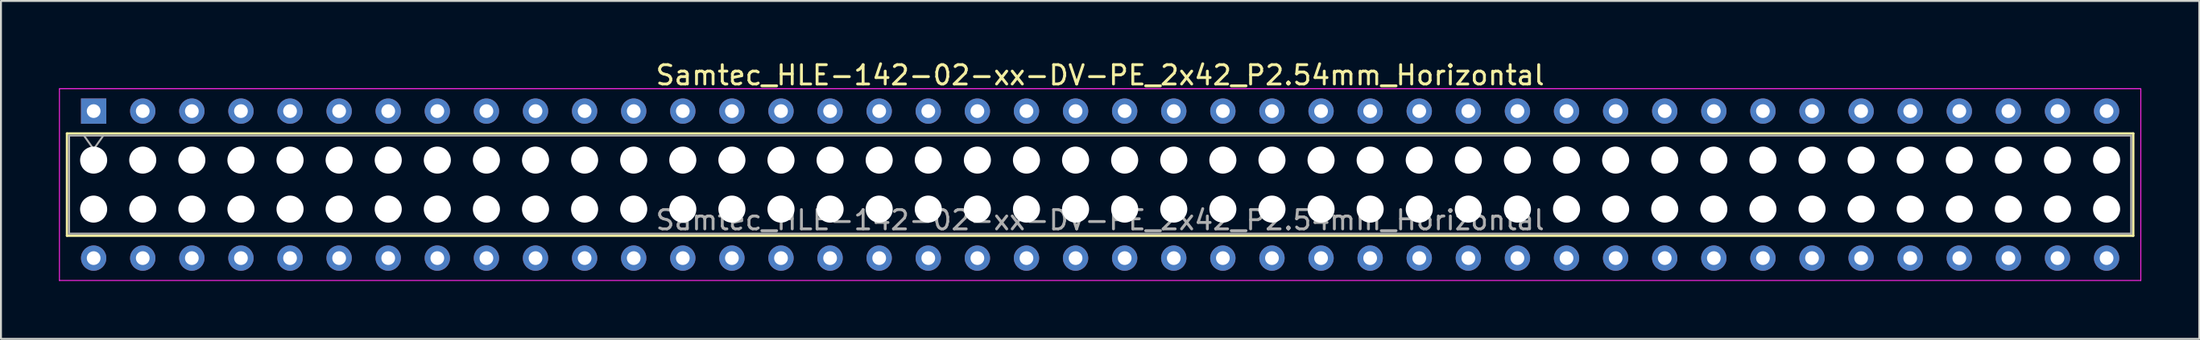
<source format=kicad_pcb>
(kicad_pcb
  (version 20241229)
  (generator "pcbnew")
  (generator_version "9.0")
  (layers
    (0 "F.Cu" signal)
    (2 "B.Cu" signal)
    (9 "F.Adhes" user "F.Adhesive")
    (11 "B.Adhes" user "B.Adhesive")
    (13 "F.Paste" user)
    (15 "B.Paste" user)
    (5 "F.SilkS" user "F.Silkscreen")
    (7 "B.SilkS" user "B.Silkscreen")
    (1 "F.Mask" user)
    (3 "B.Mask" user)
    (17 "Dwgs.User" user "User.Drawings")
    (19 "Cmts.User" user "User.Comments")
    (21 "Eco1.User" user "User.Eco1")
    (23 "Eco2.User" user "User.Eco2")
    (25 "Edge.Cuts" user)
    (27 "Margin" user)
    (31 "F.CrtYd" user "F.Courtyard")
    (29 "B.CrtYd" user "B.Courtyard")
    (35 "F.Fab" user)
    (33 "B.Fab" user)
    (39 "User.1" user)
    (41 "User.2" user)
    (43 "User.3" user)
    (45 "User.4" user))
  (footprint "Samtec_HLE-142-02-xx-DV-PE_2x42_P2.54mm_Horizontal"
    (layer "F.Cu")
    (at 1.795 2.708)
    (property "Reference" "Samtec_HLE-142-02-xx-DV-PE_2x42_P2.54mm_Horizontal" (at 52.07 -1.86 0) (layer "F.SilkS") (effects (font (size 1 1) (thickness 0.15))))
    (attr through_hole)
    (fp_line (start -1.38 1.16) (end 105.52 1.16) (stroke (width 0.12) (type solid)) (layer "F.SilkS"))
    (fp_line (start -1.38 6.46) (end -1.38 1.16) (stroke (width 0.12) (type solid)) (layer "F.SilkS"))
    (fp_line (start 105.52 1.16) (end 105.52 6.46) (stroke (width 0.12) (type solid)) (layer "F.SilkS"))
    (fp_line (start 105.52 6.46) (end -1.38 6.46) (stroke (width 0.12) (type solid)) (layer "F.SilkS"))
    (fp_line (start -1.77 -1.16) (end 105.91 -1.16) (stroke (width 0.05) (type solid)) (layer "F.CrtYd"))
    (fp_line (start -1.77 8.78) (end -1.77 -1.16) (stroke (width 0.05) (type solid)) (layer "F.CrtYd"))
    (fp_line (start 105.91 -1.16) (end 105.91 8.78) (stroke (width 0.05) (type solid)) (layer "F.CrtYd"))
    (fp_line (start 105.91 8.78) (end -1.77 8.78) (stroke (width 0.05) (type solid)) (layer "F.CrtYd"))
    (fp_line (start -1.27 1.27) (end 105.41 1.27) (stroke (width 0.1) (type solid)) (layer "F.Fab"))
    (fp_line (start -1.27 6.35) (end -1.27 1.27) (stroke (width 0.1) (type solid)) (layer "F.Fab"))
    (fp_line (start -0.5 1.27) (end 0 1.977) (stroke (width 0.1) (type solid)) (layer "F.Fab"))
    (fp_line (start 0 1.977) (end 0.5 1.27) (stroke (width 0.1) (type solid)) (layer "F.Fab"))
    (fp_line (start 105.41 1.27) (end 105.41 6.35) (stroke (width 0.1) (type solid)) (layer "F.Fab"))
    (fp_line (start 105.41 6.35) (end -1.27 6.35) (stroke (width 0.1) (type solid)) (layer "F.Fab"))
    (fp_text user "${REFERENCE}" (at 52.07 5.65 0) (layer "F.Fab") (effects (font (size 1 1) (thickness 0.15))))
    (pad "" np_thru_hole circle (at 0 2.54) (size 1.4 1.4) (drill 1.4) (layers "*.Cu" "*.Mask"))
    (pad "" np_thru_hole circle (at 0 5.08) (size 1.4 1.4) (drill 1.4) (layers "*.Cu" "*.Mask"))
    (pad "" np_thru_hole circle (at 2.54 2.54) (size 1.4 1.4) (drill 1.4) (layers "*.Cu" "*.Mask"))
    (pad "" np_thru_hole circle (at 2.54 5.08) (size 1.4 1.4) (drill 1.4) (layers "*.Cu" "*.Mask"))
    (pad "" np_thru_hole circle (at 5.08 2.54) (size 1.4 1.4) (drill 1.4) (layers "*.Cu" "*.Mask"))
    (pad "" np_thru_hole circle (at 5.08 5.08) (size 1.4 1.4) (drill 1.4) (layers "*.Cu" "*.Mask"))
    (pad "" np_thru_hole circle (at 7.62 2.54) (size 1.4 1.4) (drill 1.4) (layers "*.Cu" "*.Mask"))
    (pad "" np_thru_hole circle (at 7.62 5.08) (size 1.4 1.4) (drill 1.4) (layers "*.Cu" "*.Mask"))
    (pad "" np_thru_hole circle (at 10.16 2.54) (size 1.4 1.4) (drill 1.4) (layers "*.Cu" "*.Mask"))
    (pad "" np_thru_hole circle (at 10.16 5.08) (size 1.4 1.4) (drill 1.4) (layers "*.Cu" "*.Mask"))
    (pad "" np_thru_hole circle (at 12.7 2.54) (size 1.4 1.4) (drill 1.4) (layers "*.Cu" "*.Mask"))
    (pad "" np_thru_hole circle (at 12.7 5.08) (size 1.4 1.4) (drill 1.4) (layers "*.Cu" "*.Mask"))
    (pad "" np_thru_hole circle (at 15.24 2.54) (size 1.4 1.4) (drill 1.4) (layers "*.Cu" "*.Mask"))
    (pad "" np_thru_hole circle (at 15.24 5.08) (size 1.4 1.4) (drill 1.4) (layers "*.Cu" "*.Mask"))
    (pad "" np_thru_hole circle (at 17.78 2.54) (size 1.4 1.4) (drill 1.4) (layers "*.Cu" "*.Mask"))
    (pad "" np_thru_hole circle (at 17.78 5.08) (size 1.4 1.4) (drill 1.4) (layers "*.Cu" "*.Mask"))
    (pad "" np_thru_hole circle (at 20.32 2.54) (size 1.4 1.4) (drill 1.4) (layers "*.Cu" "*.Mask"))
    (pad "" np_thru_hole circle (at 20.32 5.08) (size 1.4 1.4) (drill 1.4) (layers "*.Cu" "*.Mask"))
    (pad "" np_thru_hole circle (at 22.86 2.54) (size 1.4 1.4) (drill 1.4) (layers "*.Cu" "*.Mask"))
    (pad "" np_thru_hole circle (at 22.86 5.08) (size 1.4 1.4) (drill 1.4) (layers "*.Cu" "*.Mask"))
    (pad "" np_thru_hole circle (at 25.4 2.54) (size 1.4 1.4) (drill 1.4) (layers "*.Cu" "*.Mask"))
    (pad "" np_thru_hole circle (at 25.4 5.08) (size 1.4 1.4) (drill 1.4) (layers "*.Cu" "*.Mask"))
    (pad "" np_thru_hole circle (at 27.94 2.54) (size 1.4 1.4) (drill 1.4) (layers "*.Cu" "*.Mask"))
    (pad "" np_thru_hole circle (at 27.94 5.08) (size 1.4 1.4) (drill 1.4) (layers "*.Cu" "*.Mask"))
    (pad "" np_thru_hole circle (at 30.48 2.54) (size 1.4 1.4) (drill 1.4) (layers "*.Cu" "*.Mask"))
    (pad "" np_thru_hole circle (at 30.48 5.08) (size 1.4 1.4) (drill 1.4) (layers "*.Cu" "*.Mask"))
    (pad "" np_thru_hole circle (at 33.02 2.54) (size 1.4 1.4) (drill 1.4) (layers "*.Cu" "*.Mask"))
    (pad "" np_thru_hole circle (at 33.02 5.08) (size 1.4 1.4) (drill 1.4) (layers "*.Cu" "*.Mask"))
    (pad "" np_thru_hole circle (at 35.56 2.54) (size 1.4 1.4) (drill 1.4) (layers "*.Cu" "*.Mask"))
    (pad "" np_thru_hole circle (at 35.56 5.08) (size 1.4 1.4) (drill 1.4) (layers "*.Cu" "*.Mask"))
    (pad "" np_thru_hole circle (at 38.1 2.54) (size 1.4 1.4) (drill 1.4) (layers "*.Cu" "*.Mask"))
    (pad "" np_thru_hole circle (at 38.1 5.08) (size 1.4 1.4) (drill 1.4) (layers "*.Cu" "*.Mask"))
    (pad "" np_thru_hole circle (at 40.64 2.54) (size 1.4 1.4) (drill 1.4) (layers "*.Cu" "*.Mask"))
    (pad "" np_thru_hole circle (at 40.64 5.08) (size 1.4 1.4) (drill 1.4) (layers "*.Cu" "*.Mask"))
    (pad "" np_thru_hole circle (at 43.18 2.54) (size 1.4 1.4) (drill 1.4) (layers "*.Cu" "*.Mask"))
    (pad "" np_thru_hole circle (at 43.18 5.08) (size 1.4 1.4) (drill 1.4) (layers "*.Cu" "*.Mask"))
    (pad "" np_thru_hole circle (at 45.72 2.54) (size 1.4 1.4) (drill 1.4) (layers "*.Cu" "*.Mask"))
    (pad "" np_thru_hole circle (at 45.72 5.08) (size 1.4 1.4) (drill 1.4) (layers "*.Cu" "*.Mask"))
    (pad "" np_thru_hole circle (at 48.26 2.54) (size 1.4 1.4) (drill 1.4) (layers "*.Cu" "*.Mask"))
    (pad "" np_thru_hole circle (at 48.26 5.08) (size 1.4 1.4) (drill 1.4) (layers "*.Cu" "*.Mask"))
    (pad "" np_thru_hole circle (at 50.8 2.54) (size 1.4 1.4) (drill 1.4) (layers "*.Cu" "*.Mask"))
    (pad "" np_thru_hole circle (at 50.8 5.08) (size 1.4 1.4) (drill 1.4) (layers "*.Cu" "*.Mask"))
    (pad "" np_thru_hole circle (at 53.34 2.54) (size 1.4 1.4) (drill 1.4) (layers "*.Cu" "*.Mask"))
    (pad "" np_thru_hole circle (at 53.34 5.08) (size 1.4 1.4) (drill 1.4) (layers "*.Cu" "*.Mask"))
    (pad "" np_thru_hole circle (at 55.88 2.54) (size 1.4 1.4) (drill 1.4) (layers "*.Cu" "*.Mask"))
    (pad "" np_thru_hole circle (at 55.88 5.08) (size 1.4 1.4) (drill 1.4) (layers "*.Cu" "*.Mask"))
    (pad "" np_thru_hole circle (at 58.42 2.54) (size 1.4 1.4) (drill 1.4) (layers "*.Cu" "*.Mask"))
    (pad "" np_thru_hole circle (at 58.42 5.08) (size 1.4 1.4) (drill 1.4) (layers "*.Cu" "*.Mask"))
    (pad "" np_thru_hole circle (at 60.96 2.54) (size 1.4 1.4) (drill 1.4) (layers "*.Cu" "*.Mask"))
    (pad "" np_thru_hole circle (at 60.96 5.08) (size 1.4 1.4) (drill 1.4) (layers "*.Cu" "*.Mask"))
    (pad "" np_thru_hole circle (at 63.5 2.54) (size 1.4 1.4) (drill 1.4) (layers "*.Cu" "*.Mask"))
    (pad "" np_thru_hole circle (at 63.5 5.08) (size 1.4 1.4) (drill 1.4) (layers "*.Cu" "*.Mask"))
    (pad "" np_thru_hole circle (at 66.04 2.54) (size 1.4 1.4) (drill 1.4) (layers "*.Cu" "*.Mask"))
    (pad "" np_thru_hole circle (at 66.04 5.08) (size 1.4 1.4) (drill 1.4) (layers "*.Cu" "*.Mask"))
    (pad "" np_thru_hole circle (at 68.58 2.54) (size 1.4 1.4) (drill 1.4) (layers "*.Cu" "*.Mask"))
    (pad "" np_thru_hole circle (at 68.58 5.08) (size 1.4 1.4) (drill 1.4) (layers "*.Cu" "*.Mask"))
    (pad "" np_thru_hole circle (at 71.12 2.54) (size 1.4 1.4) (drill 1.4) (layers "*.Cu" "*.Mask"))
    (pad "" np_thru_hole circle (at 71.12 5.08) (size 1.4 1.4) (drill 1.4) (layers "*.Cu" "*.Mask"))
    (pad "" np_thru_hole circle (at 73.66 2.54) (size 1.4 1.4) (drill 1.4) (layers "*.Cu" "*.Mask"))
    (pad "" np_thru_hole circle (at 73.66 5.08) (size 1.4 1.4) (drill 1.4) (layers "*.Cu" "*.Mask"))
    (pad "" np_thru_hole circle (at 76.2 2.54) (size 1.4 1.4) (drill 1.4) (layers "*.Cu" "*.Mask"))
    (pad "" np_thru_hole circle (at 76.2 5.08) (size 1.4 1.4) (drill 1.4) (layers "*.Cu" "*.Mask"))
    (pad "" np_thru_hole circle (at 78.74 2.54) (size 1.4 1.4) (drill 1.4) (layers "*.Cu" "*.Mask"))
    (pad "" np_thru_hole circle (at 78.74 5.08) (size 1.4 1.4) (drill 1.4) (layers "*.Cu" "*.Mask"))
    (pad "" np_thru_hole circle (at 81.28 2.54) (size 1.4 1.4) (drill 1.4) (layers "*.Cu" "*.Mask"))
    (pad "" np_thru_hole circle (at 81.28 5.08) (size 1.4 1.4) (drill 1.4) (layers "*.Cu" "*.Mask"))
    (pad "" np_thru_hole circle (at 83.82 2.54) (size 1.4 1.4) (drill 1.4) (layers "*.Cu" "*.Mask"))
    (pad "" np_thru_hole circle (at 83.82 5.08) (size 1.4 1.4) (drill 1.4) (layers "*.Cu" "*.Mask"))
    (pad "" np_thru_hole circle (at 86.36 2.54) (size 1.4 1.4) (drill 1.4) (layers "*.Cu" "*.Mask"))
    (pad "" np_thru_hole circle (at 86.36 5.08) (size 1.4 1.4) (drill 1.4) (layers "*.Cu" "*.Mask"))
    (pad "" np_thru_hole circle (at 88.9 2.54) (size 1.4 1.4) (drill 1.4) (layers "*.Cu" "*.Mask"))
    (pad "" np_thru_hole circle (at 88.9 5.08) (size 1.4 1.4) (drill 1.4) (layers "*.Cu" "*.Mask"))
    (pad "" np_thru_hole circle (at 91.44 2.54) (size 1.4 1.4) (drill 1.4) (layers "*.Cu" "*.Mask"))
    (pad "" np_thru_hole circle (at 91.44 5.08) (size 1.4 1.4) (drill 1.4) (layers "*.Cu" "*.Mask"))
    (pad "" np_thru_hole circle (at 93.98 2.54) (size 1.4 1.4) (drill 1.4) (layers "*.Cu" "*.Mask"))
    (pad "" np_thru_hole circle (at 93.98 5.08) (size 1.4 1.4) (drill 1.4) (layers "*.Cu" "*.Mask"))
    (pad "" np_thru_hole circle (at 96.52 2.54) (size 1.4 1.4) (drill 1.4) (layers "*.Cu" "*.Mask"))
    (pad "" np_thru_hole circle (at 96.52 5.08) (size 1.4 1.4) (drill 1.4) (layers "*.Cu" "*.Mask"))
    (pad "" np_thru_hole circle (at 99.06 2.54) (size 1.4 1.4) (drill 1.4) (layers "*.Cu" "*.Mask"))
    (pad "" np_thru_hole circle (at 99.06 5.08) (size 1.4 1.4) (drill 1.4) (layers "*.Cu" "*.Mask"))
    (pad "" np_thru_hole circle (at 101.6 2.54) (size 1.4 1.4) (drill 1.4) (layers "*.Cu" "*.Mask"))
    (pad "" np_thru_hole circle (at 101.6 5.08) (size 1.4 1.4) (drill 1.4) (layers "*.Cu" "*.Mask"))
    (pad "" np_thru_hole circle (at 104.14 2.54) (size 1.4 1.4) (drill 1.4) (layers "*.Cu" "*.Mask"))
    (pad "" np_thru_hole circle (at 104.14 5.08) (size 1.4 1.4) (drill 1.4) (layers "*.Cu" "*.Mask"))
    (pad "1" thru_hole rect (at 0 0) (size 1.31 1.31) (drill 0.71) (layers "*.Cu" "*.Mask"))
    (pad "2" thru_hole circle (at 0 7.62) (size 1.31 1.31) (drill 0.71) (layers "*.Cu" "*.Mask"))
    (pad "3" thru_hole circle (at 2.54 0) (size 1.31 1.31) (drill 0.71) (layers "*.Cu" "*.Mask"))
    (pad "4" thru_hole circle (at 2.54 7.62) (size 1.31 1.31) (drill 0.71) (layers "*.Cu" "*.Mask"))
    (pad "5" thru_hole circle (at 5.08 0) (size 1.31 1.31) (drill 0.71) (layers "*.Cu" "*.Mask"))
    (pad "6" thru_hole circle (at 5.08 7.62) (size 1.31 1.31) (drill 0.71) (layers "*.Cu" "*.Mask"))
    (pad "7" thru_hole circle (at 7.62 0) (size 1.31 1.31) (drill 0.71) (layers "*.Cu" "*.Mask"))
    (pad "8" thru_hole circle (at 7.62 7.62) (size 1.31 1.31) (drill 0.71) (layers "*.Cu" "*.Mask"))
    (pad "9" thru_hole circle (at 10.16 0) (size 1.31 1.31) (drill 0.71) (layers "*.Cu" "*.Mask"))
    (pad "10" thru_hole circle (at 10.16 7.62) (size 1.31 1.31) (drill 0.71) (layers "*.Cu" "*.Mask"))
    (pad "11" thru_hole circle (at 12.7 0) (size 1.31 1.31) (drill 0.71) (layers "*.Cu" "*.Mask"))
    (pad "12" thru_hole circle (at 12.7 7.62) (size 1.31 1.31) (drill 0.71) (layers "*.Cu" "*.Mask"))
    (pad "13" thru_hole circle (at 15.24 0) (size 1.31 1.31) (drill 0.71) (layers "*.Cu" "*.Mask"))
    (pad "14" thru_hole circle (at 15.24 7.62) (size 1.31 1.31) (drill 0.71) (layers "*.Cu" "*.Mask"))
    (pad "15" thru_hole circle (at 17.78 0) (size 1.31 1.31) (drill 0.71) (layers "*.Cu" "*.Mask"))
    (pad "16" thru_hole circle (at 17.78 7.62) (size 1.31 1.31) (drill 0.71) (layers "*.Cu" "*.Mask"))
    (pad "17" thru_hole circle (at 20.32 0) (size 1.31 1.31) (drill 0.71) (layers "*.Cu" "*.Mask"))
    (pad "18" thru_hole circle (at 20.32 7.62) (size 1.31 1.31) (drill 0.71) (layers "*.Cu" "*.Mask"))
    (pad "19" thru_hole circle (at 22.86 0) (size 1.31 1.31) (drill 0.71) (layers "*.Cu" "*.Mask"))
    (pad "20" thru_hole circle (at 22.86 7.62) (size 1.31 1.31) (drill 0.71) (layers "*.Cu" "*.Mask"))
    (pad "21" thru_hole circle (at 25.4 0) (size 1.31 1.31) (drill 0.71) (layers "*.Cu" "*.Mask"))
    (pad "22" thru_hole circle (at 25.4 7.62) (size 1.31 1.31) (drill 0.71) (layers "*.Cu" "*.Mask"))
    (pad "23" thru_hole circle (at 27.94 0) (size 1.31 1.31) (drill 0.71) (layers "*.Cu" "*.Mask"))
    (pad "24" thru_hole circle (at 27.94 7.62) (size 1.31 1.31) (drill 0.71) (layers "*.Cu" "*.Mask"))
    (pad "25" thru_hole circle (at 30.48 0) (size 1.31 1.31) (drill 0.71) (layers "*.Cu" "*.Mask"))
    (pad "26" thru_hole circle (at 30.48 7.62) (size 1.31 1.31) (drill 0.71) (layers "*.Cu" "*.Mask"))
    (pad "27" thru_hole circle (at 33.02 0) (size 1.31 1.31) (drill 0.71) (layers "*.Cu" "*.Mask"))
    (pad "28" thru_hole circle (at 33.02 7.62) (size 1.31 1.31) (drill 0.71) (layers "*.Cu" "*.Mask"))
    (pad "29" thru_hole circle (at 35.56 0) (size 1.31 1.31) (drill 0.71) (layers "*.Cu" "*.Mask"))
    (pad "30" thru_hole circle (at 35.56 7.62) (size 1.31 1.31) (drill 0.71) (layers "*.Cu" "*.Mask"))
    (pad "31" thru_hole circle (at 38.1 0) (size 1.31 1.31) (drill 0.71) (layers "*.Cu" "*.Mask"))
    (pad "32" thru_hole circle (at 38.1 7.62) (size 1.31 1.31) (drill 0.71) (layers "*.Cu" "*.Mask"))
    (pad "33" thru_hole circle (at 40.64 0) (size 1.31 1.31) (drill 0.71) (layers "*.Cu" "*.Mask"))
    (pad "34" thru_hole circle (at 40.64 7.62) (size 1.31 1.31) (drill 0.71) (layers "*.Cu" "*.Mask"))
    (pad "35" thru_hole circle (at 43.18 0) (size 1.31 1.31) (drill 0.71) (layers "*.Cu" "*.Mask"))
    (pad "36" thru_hole circle (at 43.18 7.62) (size 1.31 1.31) (drill 0.71) (layers "*.Cu" "*.Mask"))
    (pad "37" thru_hole circle (at 45.72 0) (size 1.31 1.31) (drill 0.71) (layers "*.Cu" "*.Mask"))
    (pad "38" thru_hole circle (at 45.72 7.62) (size 1.31 1.31) (drill 0.71) (layers "*.Cu" "*.Mask"))
    (pad "39" thru_hole circle (at 48.26 0) (size 1.31 1.31) (drill 0.71) (layers "*.Cu" "*.Mask"))
    (pad "40" thru_hole circle (at 48.26 7.62) (size 1.31 1.31) (drill 0.71) (layers "*.Cu" "*.Mask"))
    (pad "41" thru_hole circle (at 50.8 0) (size 1.31 1.31) (drill 0.71) (layers "*.Cu" "*.Mask"))
    (pad "42" thru_hole circle (at 50.8 7.62) (size 1.31 1.31) (drill 0.71) (layers "*.Cu" "*.Mask"))
    (pad "43" thru_hole circle (at 53.34 0) (size 1.31 1.31) (drill 0.71) (layers "*.Cu" "*.Mask"))
    (pad "44" thru_hole circle (at 53.34 7.62) (size 1.31 1.31) (drill 0.71) (layers "*.Cu" "*.Mask"))
    (pad "45" thru_hole circle (at 55.88 0) (size 1.31 1.31) (drill 0.71) (layers "*.Cu" "*.Mask"))
    (pad "46" thru_hole circle (at 55.88 7.62) (size 1.31 1.31) (drill 0.71) (layers "*.Cu" "*.Mask"))
    (pad "47" thru_hole circle (at 58.42 0) (size 1.31 1.31) (drill 0.71) (layers "*.Cu" "*.Mask"))
    (pad "48" thru_hole circle (at 58.42 7.62) (size 1.31 1.31) (drill 0.71) (layers "*.Cu" "*.Mask"))
    (pad "49" thru_hole circle (at 60.96 0) (size 1.31 1.31) (drill 0.71) (layers "*.Cu" "*.Mask"))
    (pad "50" thru_hole circle (at 60.96 7.62) (size 1.31 1.31) (drill 0.71) (layers "*.Cu" "*.Mask"))
    (pad "51" thru_hole circle (at 63.5 0) (size 1.31 1.31) (drill 0.71) (layers "*.Cu" "*.Mask"))
    (pad "52" thru_hole circle (at 63.5 7.62) (size 1.31 1.31) (drill 0.71) (layers "*.Cu" "*.Mask"))
    (pad "53" thru_hole circle (at 66.04 0) (size 1.31 1.31) (drill 0.71) (layers "*.Cu" "*.Mask"))
    (pad "54" thru_hole circle (at 66.04 7.62) (size 1.31 1.31) (drill 0.71) (layers "*.Cu" "*.Mask"))
    (pad "55" thru_hole circle (at 68.58 0) (size 1.31 1.31) (drill 0.71) (layers "*.Cu" "*.Mask"))
    (pad "56" thru_hole circle (at 68.58 7.62) (size 1.31 1.31) (drill 0.71) (layers "*.Cu" "*.Mask"))
    (pad "57" thru_hole circle (at 71.12 0) (size 1.31 1.31) (drill 0.71) (layers "*.Cu" "*.Mask"))
    (pad "58" thru_hole circle (at 71.12 7.62) (size 1.31 1.31) (drill 0.71) (layers "*.Cu" "*.Mask"))
    (pad "59" thru_hole circle (at 73.66 0) (size 1.31 1.31) (drill 0.71) (layers "*.Cu" "*.Mask"))
    (pad "60" thru_hole circle (at 73.66 7.62) (size 1.31 1.31) (drill 0.71) (layers "*.Cu" "*.Mask"))
    (pad "61" thru_hole circle (at 76.2 0) (size 1.31 1.31) (drill 0.71) (layers "*.Cu" "*.Mask"))
    (pad "62" thru_hole circle (at 76.2 7.62) (size 1.31 1.31) (drill 0.71) (layers "*.Cu" "*.Mask"))
    (pad "63" thru_hole circle (at 78.74 0) (size 1.31 1.31) (drill 0.71) (layers "*.Cu" "*.Mask"))
    (pad "64" thru_hole circle (at 78.74 7.62) (size 1.31 1.31) (drill 0.71) (layers "*.Cu" "*.Mask"))
    (pad "65" thru_hole circle (at 81.28 0) (size 1.31 1.31) (drill 0.71) (layers "*.Cu" "*.Mask"))
    (pad "66" thru_hole circle (at 81.28 7.62) (size 1.31 1.31) (drill 0.71) (layers "*.Cu" "*.Mask"))
    (pad "67" thru_hole circle (at 83.82 0) (size 1.31 1.31) (drill 0.71) (layers "*.Cu" "*.Mask"))
    (pad "68" thru_hole circle (at 83.82 7.62) (size 1.31 1.31) (drill 0.71) (layers "*.Cu" "*.Mask"))
    (pad "69" thru_hole circle (at 86.36 0) (size 1.31 1.31) (drill 0.71) (layers "*.Cu" "*.Mask"))
    (pad "70" thru_hole circle (at 86.36 7.62) (size 1.31 1.31) (drill 0.71) (layers "*.Cu" "*.Mask"))
    (pad "71" thru_hole circle (at 88.9 0) (size 1.31 1.31) (drill 0.71) (layers "*.Cu" "*.Mask"))
    (pad "72" thru_hole circle (at 88.9 7.62) (size 1.31 1.31) (drill 0.71) (layers "*.Cu" "*.Mask"))
    (pad "73" thru_hole circle (at 91.44 0) (size 1.31 1.31) (drill 0.71) (layers "*.Cu" "*.Mask"))
    (pad "74" thru_hole circle (at 91.44 7.62) (size 1.31 1.31) (drill 0.71) (layers "*.Cu" "*.Mask"))
    (pad "75" thru_hole circle (at 93.98 0) (size 1.31 1.31) (drill 0.71) (layers "*.Cu" "*.Mask"))
    (pad "76" thru_hole circle (at 93.98 7.62) (size 1.31 1.31) (drill 0.71) (layers "*.Cu" "*.Mask"))
    (pad "77" thru_hole circle (at 96.52 0) (size 1.31 1.31) (drill 0.71) (layers "*.Cu" "*.Mask"))
    (pad "78" thru_hole circle (at 96.52 7.62) (size 1.31 1.31) (drill 0.71) (layers "*.Cu" "*.Mask"))
    (pad "79" thru_hole circle (at 99.06 0) (size 1.31 1.31) (drill 0.71) (layers "*.Cu" "*.Mask"))
    (pad "80" thru_hole circle (at 99.06 7.62) (size 1.31 1.31) (drill 0.71) (layers "*.Cu" "*.Mask"))
    (pad "81" thru_hole circle (at 101.6 0) (size 1.31 1.31) (drill 0.71) (layers "*.Cu" "*.Mask"))
    (pad "82" thru_hole circle (at 101.6 7.62) (size 1.31 1.31) (drill 0.71) (layers "*.Cu" "*.Mask"))
    (pad "83" thru_hole circle (at 104.14 0) (size 1.31 1.31) (drill 0.71) (layers "*.Cu" "*.Mask"))
    (pad "84" thru_hole circle (at 104.14 7.62) (size 1.31 1.31) (drill 0.71) (layers "*.Cu" "*.Mask")))
  (gr_rect
    (start -3 -3)
    (end 110.73 14.513)
    (stroke (width 0.1) (type default))
    (fill no)
    (layer "Edge.Cuts")))
</source>
